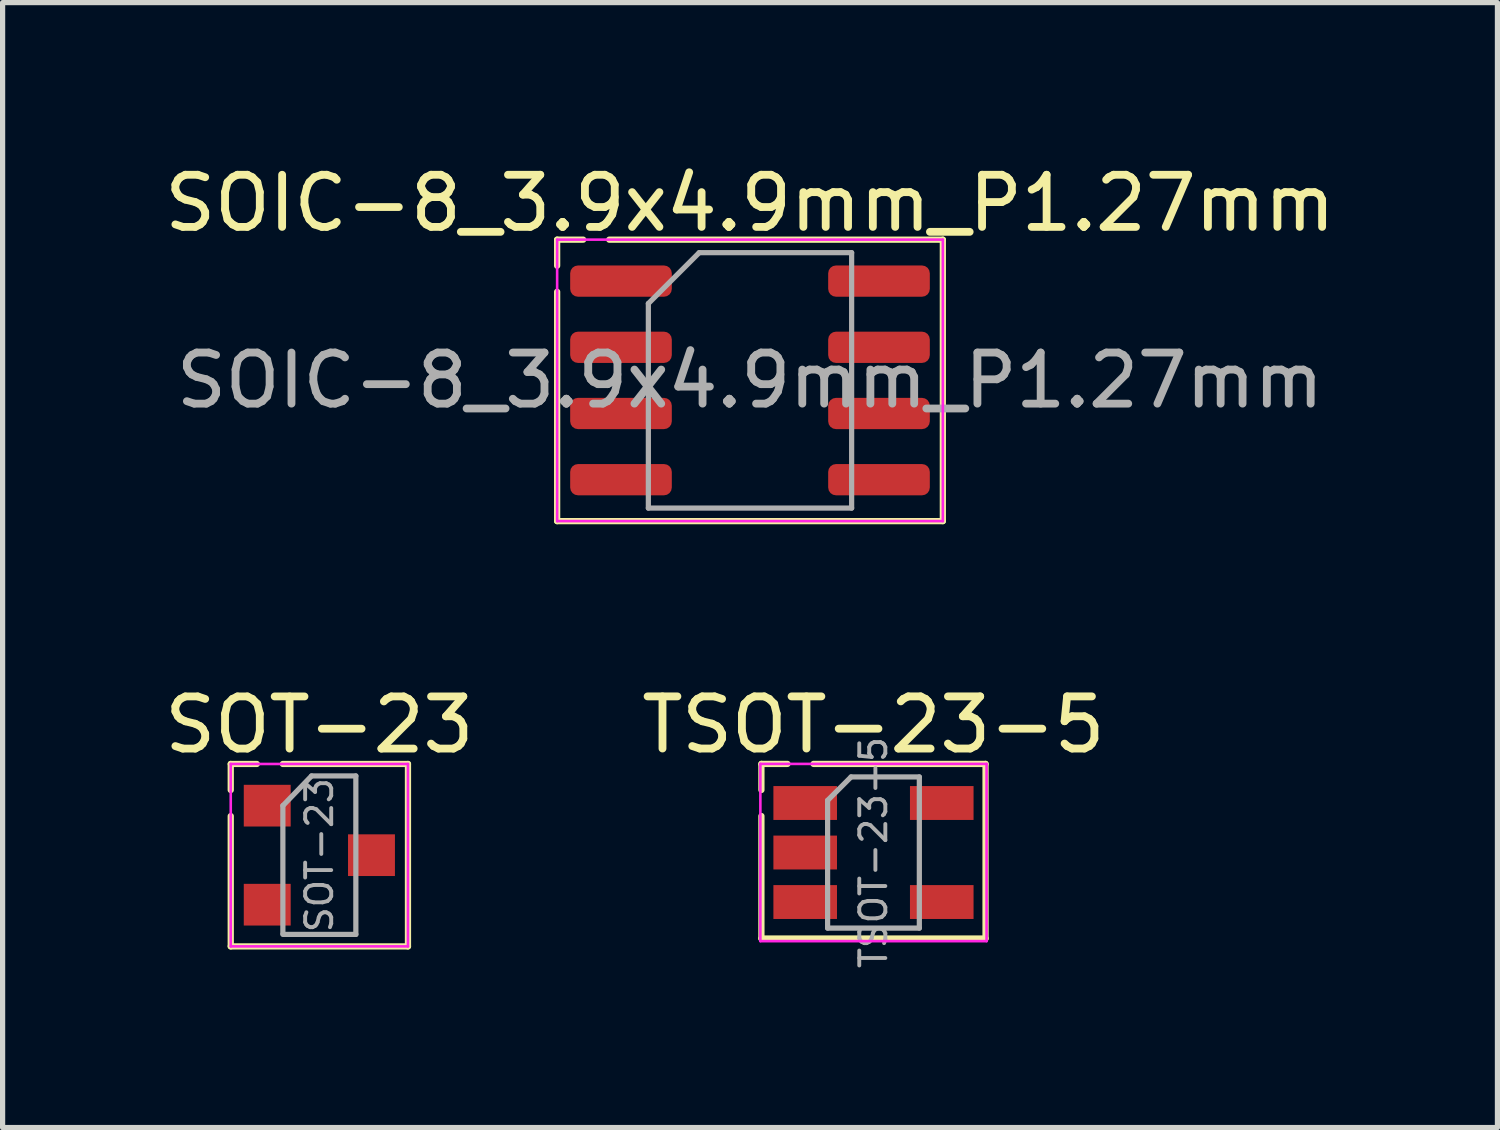
<source format=kicad_pcb>
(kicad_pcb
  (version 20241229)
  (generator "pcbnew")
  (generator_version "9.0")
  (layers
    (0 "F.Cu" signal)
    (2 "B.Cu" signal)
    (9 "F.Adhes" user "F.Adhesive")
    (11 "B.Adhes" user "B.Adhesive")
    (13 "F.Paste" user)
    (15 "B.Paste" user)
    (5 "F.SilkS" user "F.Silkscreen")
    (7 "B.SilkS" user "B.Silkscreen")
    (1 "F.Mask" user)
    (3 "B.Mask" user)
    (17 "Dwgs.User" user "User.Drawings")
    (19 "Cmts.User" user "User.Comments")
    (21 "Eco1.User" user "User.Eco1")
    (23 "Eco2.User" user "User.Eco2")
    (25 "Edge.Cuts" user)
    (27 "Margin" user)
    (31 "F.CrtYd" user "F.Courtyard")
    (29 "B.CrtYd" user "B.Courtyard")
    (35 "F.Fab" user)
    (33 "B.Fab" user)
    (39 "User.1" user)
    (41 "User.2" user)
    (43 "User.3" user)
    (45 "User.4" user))
  (footprint "TSOT-23-5"
    (layer "F.Cu")
    (at 13.708 13.306)
    (property "Reference" "TSOT-23-5" (at 0 -2.45 0) (layer "F.SilkS") (effects (font (size 1 1) (thickness 0.15))))
    (attr smd)
    (fp_line (start -2.15 -1.7) (end -2.15 -1.2) (stroke (width 0.12) (type solid)) (layer "F.SilkS"))
    (fp_line (start -2.15 -1.7) (end -1.65 -1.7) (stroke (width 0.12) (type solid)) (layer "F.SilkS"))
    (fp_line (start -2.15 1.65) (end -2.15 -0.7) (stroke (width 0.12) (type solid)) (layer "F.SilkS"))
    (fp_line (start -1.15 -1.7) (end 2.15 -1.7) (stroke (width 0.12) (type solid)) (layer "F.SilkS"))
    (fp_line (start 2.15 -1.7) (end 2.15 1.65) (stroke (width 0.12) (type solid)) (layer "F.SilkS"))
    (fp_line (start 2.15 1.65) (end -2.15 1.65) (stroke (width 0.12) (type solid)) (layer "F.SilkS"))
    (fp_line (start -2.17 -1.7) (end -2.17 1.7) (stroke (width 0.05) (type solid)) (layer "F.CrtYd"))
    (fp_line (start -2.17 -1.7) (end 2.17 -1.7) (stroke (width 0.05) (type solid)) (layer "F.CrtYd"))
    (fp_line (start 2.17 1.7) (end -2.17 1.7) (stroke (width 0.05) (type solid)) (layer "F.CrtYd"))
    (fp_line (start 2.17 1.7) (end 2.17 -1.7) (stroke (width 0.05) (type solid)) (layer "F.CrtYd"))
    (fp_line (start -0.88 -1) (end -0.88 1.45) (stroke (width 0.1) (type solid)) (layer "F.Fab"))
    (fp_line (start -0.88 -1) (end -0.43 -1.45) (stroke (width 0.1) (type solid)) (layer "F.Fab"))
    (fp_line (start 0.88 -1.45) (end -0.43 -1.45) (stroke (width 0.1) (type solid)) (layer "F.Fab"))
    (fp_line (start 0.88 -1.45) (end 0.88 1.45) (stroke (width 0.1) (type solid)) (layer "F.Fab"))
    (fp_line (start 0.88 1.45) (end -0.88 1.45) (stroke (width 0.1) (type solid)) (layer "F.Fab"))
    (fp_text user "${REFERENCE}" (at 0 0 90) (layer "F.Fab") (effects (font (size 0.5 0.5) (thickness 0.075))))
    (pad "1" smd rect (at -1.31 -0.95) (size 1.22 0.65) (layers "F.Cu" "F.Mask" "F.Paste"))
    (pad "2" smd rect (at -1.31 0) (size 1.22 0.65) (layers "F.Cu" "F.Mask" "F.Paste"))
    (pad "3" smd rect (at -1.31 0.95) (size 1.22 0.65) (layers "F.Cu" "F.Mask" "F.Paste"))
    (pad "4" smd rect (at 1.31 0.95) (size 1.22 0.65) (layers "F.Cu" "F.Mask" "F.Paste"))
    (pad "5" smd rect (at 1.31 -0.95) (size 1.22 0.65) (layers "F.Cu" "F.Mask" "F.Paste")))
  (footprint "SOIC-8_3.9x4.9mm_P1.27mm"
    (layer "F.Cu")
    (at 11.339 4.248)
    (property "Reference" "SOIC-8_3.9x4.9mm_P1.27mm" (at 0 -3.4 0) (layer "F.SilkS") (effects (font (size 1 1) (thickness 0.15))))
    (attr smd)
    (fp_line (start -3.7 -2.7) (end -3.7 -2.2) (stroke (width 0.12) (type solid)) (layer "F.SilkS"))
    (fp_line (start -3.7 -2.7) (end -3.2 -2.7) (stroke (width 0.12) (type solid)) (layer "F.SilkS"))
    (fp_line (start -3.7 2.7) (end -3.7 -1.7) (stroke (width 0.12) (type solid)) (layer "F.SilkS"))
    (fp_line (start -2.7 -2.7) (end 3.7 -2.7) (stroke (width 0.12) (type solid)) (layer "F.SilkS"))
    (fp_line (start 3.7 -2.7) (end 3.7 2.7) (stroke (width 0.12) (type solid)) (layer "F.SilkS"))
    (fp_line (start 3.7 2.7) (end -3.7 2.7) (stroke (width 0.12) (type solid)) (layer "F.SilkS"))
    (fp_line (start -3.7 -2.7) (end -3.7 2.7) (stroke (width 0.05) (type solid)) (layer "F.CrtYd"))
    (fp_line (start -3.7 2.7) (end 3.7 2.7) (stroke (width 0.05) (type solid)) (layer "F.CrtYd"))
    (fp_line (start 3.7 -2.7) (end -3.7 -2.7) (stroke (width 0.05) (type solid)) (layer "F.CrtYd"))
    (fp_line (start 3.7 2.7) (end 3.7 -2.7) (stroke (width 0.05) (type solid)) (layer "F.CrtYd"))
    (fp_line (start -1.95 -1.475) (end -0.975 -2.45) (stroke (width 0.1) (type solid)) (layer "F.Fab"))
    (fp_line (start -1.95 2.45) (end -1.95 -1.475) (stroke (width 0.1) (type solid)) (layer "F.Fab"))
    (fp_line (start -0.975 -2.45) (end 1.95 -2.45) (stroke (width 0.1) (type solid)) (layer "F.Fab"))
    (fp_line (start 1.95 -2.45) (end 1.95 2.45) (stroke (width 0.1) (type solid)) (layer "F.Fab"))
    (fp_line (start 1.95 2.45) (end -1.95 2.45) (stroke (width 0.1) (type solid)) (layer "F.Fab"))
    (fp_text user "${REFERENCE}" (at 0 0 0) (layer "F.Fab") (effects (font (size 0.98 0.98) (thickness 0.15))))
    (pad "1" smd roundrect (at -2.475 -1.905) (size 1.95 0.6) (layers "F.Cu" "F.Mask" "F.Paste") (roundrect_rratio 0.25))
    (pad "2" smd roundrect (at -2.475 -0.635) (size 1.95 0.6) (layers "F.Cu" "F.Mask" "F.Paste") (roundrect_rratio 0.25))
    (pad "3" smd roundrect (at -2.475 0.635) (size 1.95 0.6) (layers "F.Cu" "F.Mask" "F.Paste") (roundrect_rratio 0.25))
    (pad "4" smd roundrect (at -2.475 1.905) (size 1.95 0.6) (layers "F.Cu" "F.Mask" "F.Paste") (roundrect_rratio 0.25))
    (pad "5" smd roundrect (at 2.475 1.905) (size 1.95 0.6) (layers "F.Cu" "F.Mask" "F.Paste") (roundrect_rratio 0.25))
    (pad "6" smd roundrect (at 2.475 0.635) (size 1.95 0.6) (layers "F.Cu" "F.Mask" "F.Paste") (roundrect_rratio 0.25))
    (pad "7" smd roundrect (at 2.475 -0.635) (size 1.95 0.6) (layers "F.Cu" "F.Mask" "F.Paste") (roundrect_rratio 0.25))
    (pad "8" smd roundrect (at 2.475 -1.905) (size 1.95 0.6) (layers "F.Cu" "F.Mask" "F.Paste") (roundrect_rratio 0.25)))
  (footprint "SOT-23"
    (layer "F.Cu")
    (at 3.077 13.357)
    (property "Reference" "SOT-23" (at 0 -2.5 0) (layer "F.SilkS") (effects (font (size 1 1) (thickness 0.15))))
    (attr smd)
    (fp_line (start -1.7 -1.75) (end -1.7 -1.25) (stroke (width 0.12) (type solid)) (layer "F.SilkS"))
    (fp_line (start -1.7 -1.75) (end -1.2 -1.75) (stroke (width 0.12) (type solid)) (layer "F.SilkS"))
    (fp_line (start -1.7 -0.75) (end -1.7 1.75) (stroke (width 0.12) (type solid)) (layer "F.SilkS"))
    (fp_line (start -0.7 -1.75) (end 1.7 -1.75) (stroke (width 0.12) (type solid)) (layer "F.SilkS"))
    (fp_line (start 1.7 -1.75) (end 1.7 1.75) (stroke (width 0.12) (type solid)) (layer "F.SilkS"))
    (fp_line (start 1.7 1.75) (end -1.7 1.75) (stroke (width 0.12) (type solid)) (layer "F.SilkS"))
    (fp_line (start -1.7 -1.75) (end 1.7 -1.75) (stroke (width 0.05) (type solid)) (layer "F.CrtYd"))
    (fp_line (start -1.7 1.75) (end -1.7 -1.75) (stroke (width 0.05) (type solid)) (layer "F.CrtYd"))
    (fp_line (start 1.7 -1.75) (end 1.7 1.75) (stroke (width 0.05) (type solid)) (layer "F.CrtYd"))
    (fp_line (start 1.7 1.75) (end -1.7 1.75) (stroke (width 0.05) (type solid)) (layer "F.CrtYd"))
    (fp_line (start -0.7 -0.95) (end -0.7 1.5) (stroke (width 0.1) (type solid)) (layer "F.Fab"))
    (fp_line (start -0.7 -0.95) (end -0.15 -1.52) (stroke (width 0.1) (type solid)) (layer "F.Fab"))
    (fp_line (start -0.7 1.52) (end 0.7 1.52) (stroke (width 0.1) (type solid)) (layer "F.Fab"))
    (fp_line (start -0.15 -1.52) (end 0.7 -1.52) (stroke (width 0.1) (type solid)) (layer "F.Fab"))
    (fp_line (start 0.7 -1.52) (end 0.7 1.52) (stroke (width 0.1) (type solid)) (layer "F.Fab"))
    (fp_text user "${REFERENCE}" (at 0 0 90) (layer "F.Fab") (effects (font (size 0.5 0.5) (thickness 0.075))))
    (pad "1" smd rect (at -1 -0.95) (size 0.9 0.8) (layers "F.Cu" "F.Mask" "F.Paste"))
    (pad "2" smd rect (at -1 0.95) (size 0.9 0.8) (layers "F.Cu" "F.Mask" "F.Paste"))
    (pad "3" smd rect (at 1 0) (size 0.9 0.8) (layers "F.Cu" "F.Mask" "F.Paste")))
  (gr_rect
    (start -3 -3)
    (end 25.679 18.583)
    (stroke (width 0.1) (type default))
    (fill no)
    (layer "Edge.Cuts")))
</source>
